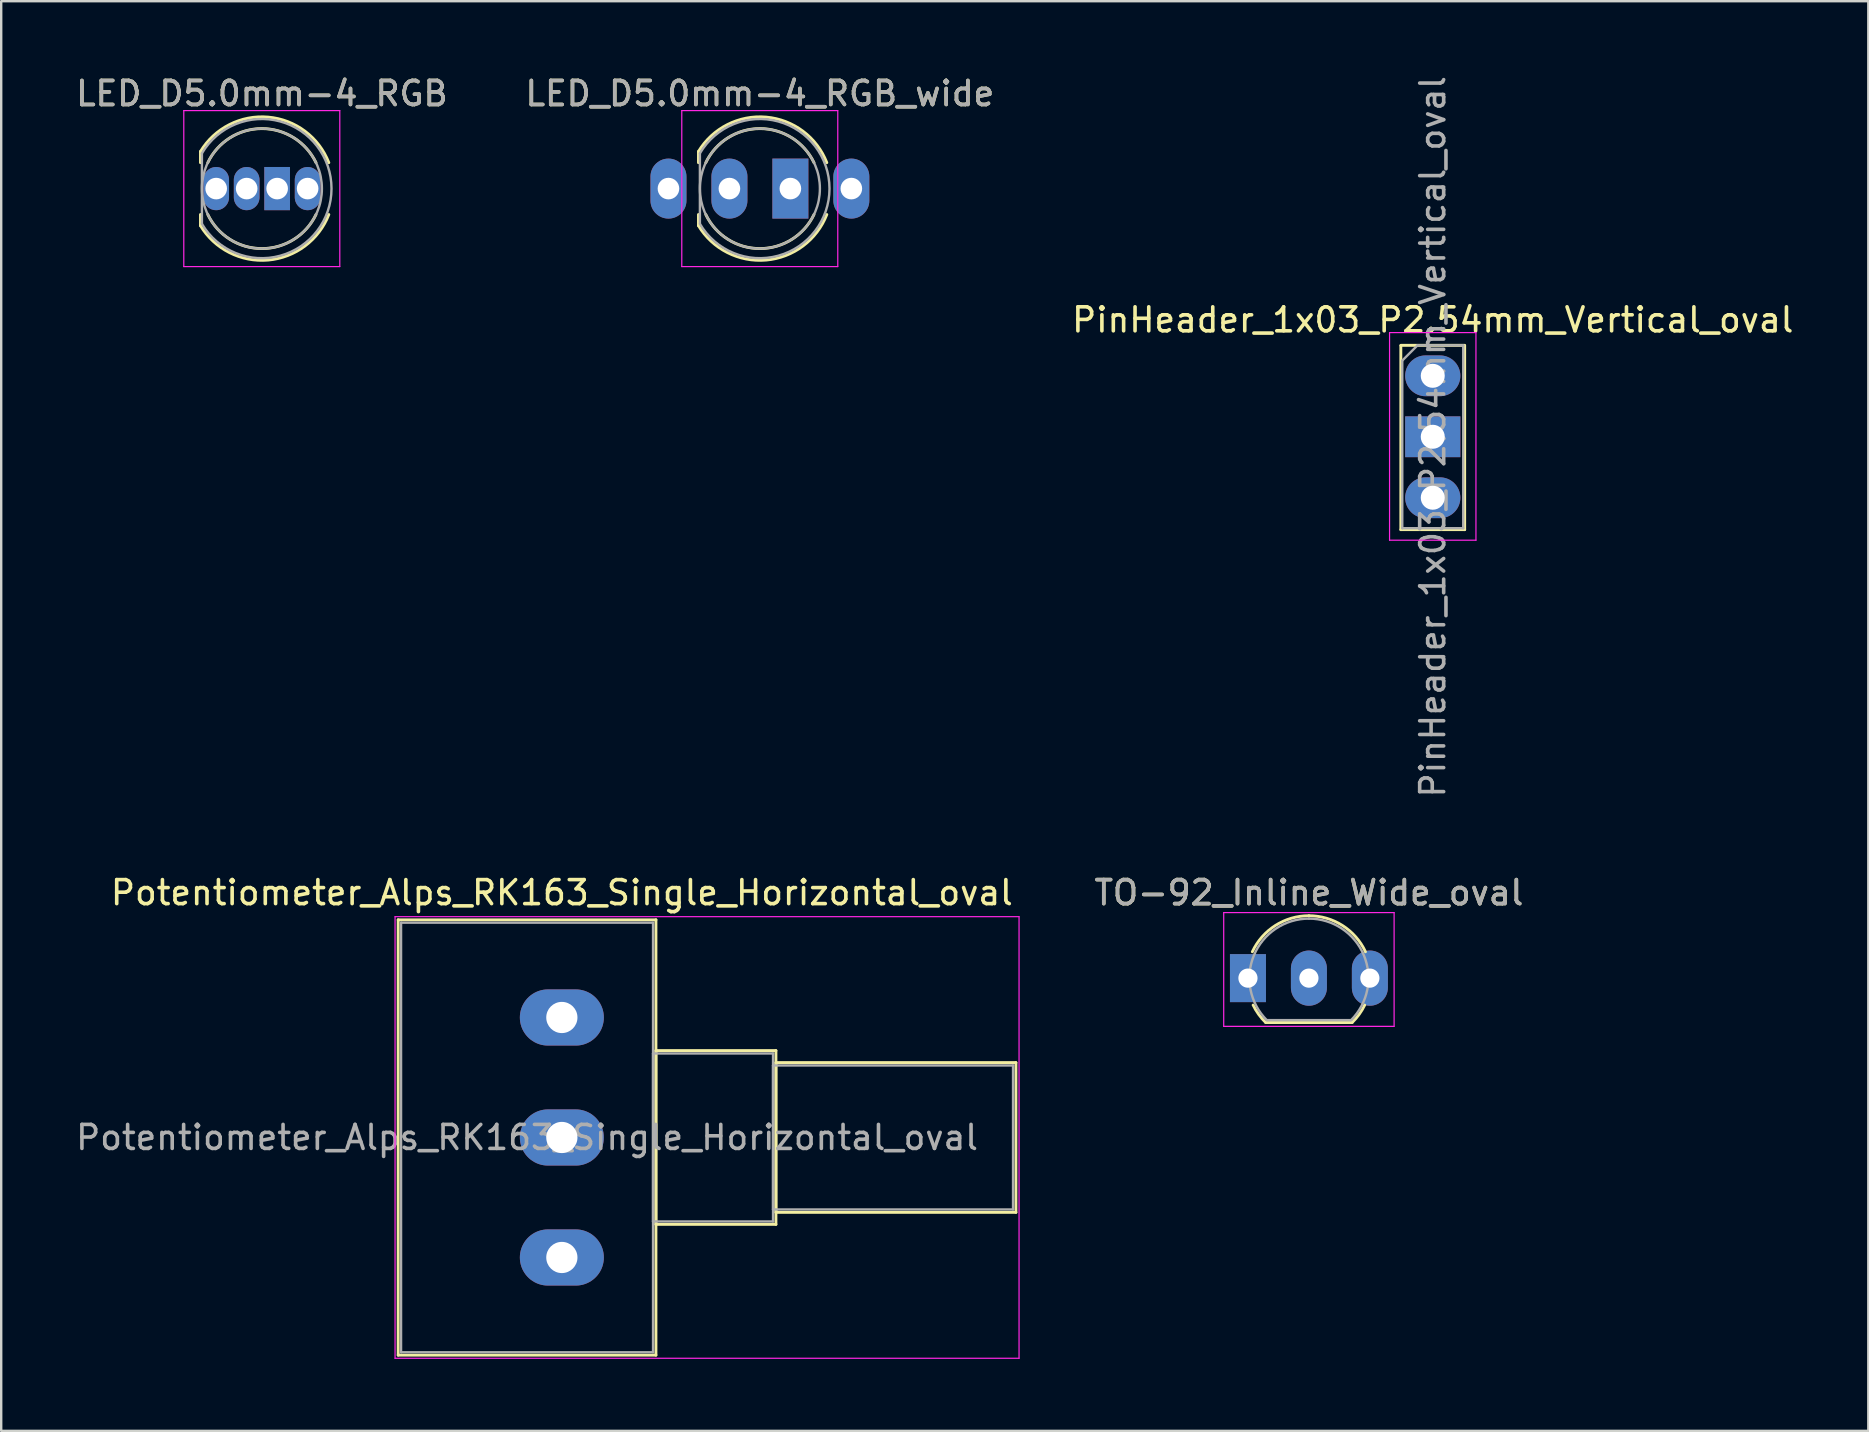
<source format=kicad_pcb>
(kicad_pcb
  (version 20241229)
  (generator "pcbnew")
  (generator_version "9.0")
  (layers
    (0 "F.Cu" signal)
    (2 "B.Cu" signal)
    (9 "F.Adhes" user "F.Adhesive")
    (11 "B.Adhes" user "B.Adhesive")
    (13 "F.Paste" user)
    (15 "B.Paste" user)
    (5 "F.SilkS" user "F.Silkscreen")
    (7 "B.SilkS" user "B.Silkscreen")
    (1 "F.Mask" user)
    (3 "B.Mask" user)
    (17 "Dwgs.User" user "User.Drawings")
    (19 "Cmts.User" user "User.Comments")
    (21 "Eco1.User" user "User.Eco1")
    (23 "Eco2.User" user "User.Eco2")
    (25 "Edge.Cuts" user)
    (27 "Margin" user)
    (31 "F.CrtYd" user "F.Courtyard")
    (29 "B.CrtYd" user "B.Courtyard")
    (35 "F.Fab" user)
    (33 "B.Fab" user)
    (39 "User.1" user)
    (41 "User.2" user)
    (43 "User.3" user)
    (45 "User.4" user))
  (footprint "LED_D5.0mm-4_RGB"
    (layer "F.Cu")
    (at 5.958 4.808)
    (property "Reference" "LED_D5.0mm-4_RGB" (at 1.905 -3.96 0) (layer "F.SilkS") (effects (font (size 1 1) (thickness 0.15))))
    (attr through_hole)
    (fp_line (start -0.655 -1.545) (end -0.655 -1.08) (stroke (width 0.12) (type solid)) (layer "F.SilkS"))
    (fp_line (start -0.655 1.08) (end -0.655 1.545) (stroke (width 0.12) (type solid)) (layer "F.SilkS"))
    (fp_arc (start -0.655 -1.54483) (mid 2.163456 -2.978809) (end 4.692815 -1.080827) (stroke (width 0.12) (type solid)) (layer "F.SilkS"))
    (fp_arc (start -0.349684 -1.08) (mid 1.904762 -2.5) (end 4.159479 -1.080429) (stroke (width 0.12) (type solid)) (layer "F.SilkS"))
    (fp_arc (start 4.159479 1.080429) (mid 1.904762 2.5) (end -0.349684 1.08) (stroke (width 0.12) (type solid)) (layer "F.SilkS"))
    (fp_arc (start 4.692815 1.080827) (mid 2.163456 2.978808) (end -0.655 1.54483) (stroke (width 0.12) (type solid)) (layer "F.SilkS"))
    (fp_line (start -1.35 -3.25) (end -1.35 3.25) (stroke (width 0.05) (type solid)) (layer "F.CrtYd"))
    (fp_line (start -1.35 3.25) (end 5.15 3.25) (stroke (width 0.05) (type solid)) (layer "F.CrtYd"))
    (fp_line (start 5.15 -3.25) (end -1.35 -3.25) (stroke (width 0.05) (type solid)) (layer "F.CrtYd"))
    (fp_line (start 5.15 3.25) (end 5.15 -3.25) (stroke (width 0.05) (type solid)) (layer "F.CrtYd"))
    (fp_line (start -0.595 -1.47) (end -0.595 1.47) (stroke (width 0.1) (type solid)) (layer "F.Fab"))
    (fp_arc (start -0.595 -1.469694) (mid 4.805 0.000016) (end -0.595016 1.469666) (stroke (width 0.1) (type solid)) (layer "F.Fab"))
    (fp_circle (center 1.905 0) (end 4.405 0) (stroke (width 0.1) (type solid)) (fill no) (layer "F.Fab"))
    (fp_text user "${REFERENCE}" (at 1.905 -3.96 0) (layer "F.Fab") (effects (font (size 1 1) (thickness 0.15))))
    (pad "1" thru_hole oval (at 1.27 0) (size 1.07 1.8) (drill 0.9) (layers "*.Cu" "*.Mask"))
    (pad "2" thru_hole oval (at 0 0) (size 1.07 1.8) (drill 0.9) (layers "*.Cu" "*.Mask"))
    (pad "3" thru_hole oval (at 3.81 0) (size 1.07 1.8) (drill 0.9) (layers "*.Cu" "*.Mask"))
    (pad "4" thru_hole rect (at 2.54 0) (size 1.07 1.8) (drill 0.9) (layers "*.Cu" "*.Mask")))
  (footprint "LED_D5.0mm-4_RGB_wide"
    (layer "F.Cu")
    (at 26.708 4.808)
    (property "Reference" "LED_D5.0mm-4_RGB_wide" (at 1.905 -3.96 0) (layer "F.SilkS") (effects (font (size 1 1) (thickness 0.15))))
    (attr through_hole)
    (fp_line (start -0.655 -1.545) (end -0.655 -1.08) (stroke (width 0.12) (type solid)) (layer "F.SilkS"))
    (fp_line (start -0.655 1.08) (end -0.655 1.545) (stroke (width 0.12) (type solid)) (layer "F.SilkS"))
    (fp_arc (start -0.655 -1.54483) (mid 2.163456 -2.978809) (end 4.692815 -1.080827) (stroke (width 0.12) (type solid)) (layer "F.SilkS"))
    (fp_arc (start -0.349684 -1.08) (mid 1.904762 -2.5) (end 4.159479 -1.080429) (stroke (width 0.12) (type solid)) (layer "F.SilkS"))
    (fp_arc (start 4.159479 1.080429) (mid 1.904762 2.5) (end -0.349684 1.08) (stroke (width 0.12) (type solid)) (layer "F.SilkS"))
    (fp_arc (start 4.692815 1.080827) (mid 2.163456 2.978808) (end -0.655 1.54483) (stroke (width 0.12) (type solid)) (layer "F.SilkS"))
    (fp_line (start -1.35 -3.25) (end -1.35 3.25) (stroke (width 0.05) (type solid)) (layer "F.CrtYd"))
    (fp_line (start -1.35 3.25) (end 5.15 3.25) (stroke (width 0.05) (type solid)) (layer "F.CrtYd"))
    (fp_line (start 5.15 -3.25) (end -1.35 -3.25) (stroke (width 0.05) (type solid)) (layer "F.CrtYd"))
    (fp_line (start 5.15 3.25) (end 5.15 -3.25) (stroke (width 0.05) (type solid)) (layer "F.CrtYd"))
    (fp_line (start -0.595 -1.47) (end -0.595 1.47) (stroke (width 0.1) (type solid)) (layer "F.Fab"))
    (fp_arc (start -0.595 -1.469694) (mid 4.805 0.000016) (end -0.595016 1.469666) (stroke (width 0.1) (type solid)) (layer "F.Fab"))
    (fp_circle (center 1.905 0) (end 4.405 0) (stroke (width 0.1) (type solid)) (fill no) (layer "F.Fab"))
    (fp_text user "${REFERENCE}" (at 1.905 -3.96 0) (layer "F.Fab") (effects (font (size 1 1) (thickness 0.15))))
    (pad "1" thru_hole oval (at 0.635 0) (size 1.5 2.5) (drill 0.9) (layers "*.Cu" "*.Mask"))
    (pad "2" thru_hole oval (at -1.905 0) (size 1.5 2.5) (drill 0.9) (layers "*.Cu" "*.Mask"))
    (pad "3" thru_hole oval (at 5.715 0) (size 1.5 2.5) (drill 0.9) (layers "*.Cu" "*.Mask"))
    (pad "4" thru_hole rect (at 3.175 0) (size 1.5 2.5) (drill 0.9) (layers "*.Cu" "*.Mask")))
  (footprint "PinHeader_1x03_P2.54mm_Vertical_oval"
    (layer "F.Cu")
    (at 56.649 12.609)
    (property "Reference" "PinHeader_1x03_P2.54mm_Vertical_oval" (at 0 -2.33 0) (layer "F.SilkS") (effects (font (size 1 1) (thickness 0.15))))
    (attr through_hole)
    (fp_line (start -1.33 -1.27) (end 1.33 -1.27) (stroke (width 0.12) (type solid)) (layer "F.SilkS"))
    (fp_line (start -1.33 -1.25) (end -1.33 6.41) (stroke (width 0.12) (type solid)) (layer "F.SilkS"))
    (fp_line (start -1.33 6.41) (end 1.33 6.41) (stroke (width 0.12) (type solid)) (layer "F.SilkS"))
    (fp_line (start 1.33 -1.25) (end 1.33 6.41) (stroke (width 0.12) (type solid)) (layer "F.SilkS"))
    (fp_line (start -1.8 -1.8) (end -1.8 6.85) (stroke (width 0.05) (type solid)) (layer "F.CrtYd"))
    (fp_line (start -1.8 6.85) (end 1.8 6.85) (stroke (width 0.05) (type solid)) (layer "F.CrtYd"))
    (fp_line (start 1.8 -1.8) (end -1.8 -1.8) (stroke (width 0.05) (type solid)) (layer "F.CrtYd"))
    (fp_line (start 1.8 6.85) (end 1.8 -1.8) (stroke (width 0.05) (type solid)) (layer "F.CrtYd"))
    (fp_line (start -1.27 -0.635) (end -0.635 -1.27) (stroke (width 0.1) (type solid)) (layer "F.Fab"))
    (fp_line (start -1.27 6.35) (end -1.27 -0.635) (stroke (width 0.1) (type solid)) (layer "F.Fab"))
    (fp_line (start -0.635 -1.27) (end 1.27 -1.27) (stroke (width 0.1) (type solid)) (layer "F.Fab"))
    (fp_line (start 1.27 -1.27) (end 1.27 6.35) (stroke (width 0.1) (type solid)) (layer "F.Fab"))
    (fp_line (start 1.27 6.35) (end -1.27 6.35) (stroke (width 0.1) (type solid)) (layer "F.Fab"))
    (fp_text user "${REFERENCE}" (at 0 2.54 90) (layer "F.Fab") (effects (font (size 1 1) (thickness 0.15))))
    (pad "1" thru_hole oval (at 0 0) (size 2.3 1.7) (drill 1) (layers "*.Cu" "*.Mask"))
    (pad "2" thru_hole rect (at 0 2.54) (size 2.3 1.7) (drill 1) (layers "*.Cu" "*.Mask"))
    (pad "3" thru_hole oval (at 0 5.08) (size 2.3 1.7) (drill 1) (layers "*.Cu" "*.Mask")))
  (footprint "Potentiometer_Alps_RK163_Single_Horizontal_oval"
    (layer "F.Cu")
    (at 20.361 49.346)
    (property "Reference" "Potentiometer_Alps_RK163_Single_Horizontal_oval" (at 0 -15.2 0) (layer "F.SilkS") (effects (font (size 1 1) (thickness 0.15))))
    (attr through_hole)
    (fp_line (start -6.82 -14.07) (end -6.82 4.07) (stroke (width 0.12) (type solid)) (layer "F.SilkS"))
    (fp_line (start -6.82 -14.07) (end 3.92 -14.07) (stroke (width 0.12) (type solid)) (layer "F.SilkS"))
    (fp_line (start -6.82 4.07) (end 3.92 4.07) (stroke (width 0.12) (type solid)) (layer "F.SilkS"))
    (fp_line (start 3.92 -14.07) (end 3.92 4.07) (stroke (width 0.12) (type solid)) (layer "F.SilkS"))
    (fp_line (start 3.92 -8.62) (end 3.92 -1.38) (stroke (width 0.12) (type solid)) (layer "F.SilkS"))
    (fp_line (start 3.92 -8.62) (end 8.92 -8.62) (stroke (width 0.12) (type solid)) (layer "F.SilkS"))
    (fp_line (start 3.92 -1.38) (end 8.92 -1.38) (stroke (width 0.12) (type solid)) (layer "F.SilkS"))
    (fp_line (start 8.92 -8.62) (end 8.92 -1.38) (stroke (width 0.12) (type solid)) (layer "F.SilkS"))
    (fp_line (start 8.92 -8.12) (end 8.92 -1.879) (stroke (width 0.12) (type solid)) (layer "F.SilkS"))
    (fp_line (start 8.92 -8.12) (end 18.92 -8.12) (stroke (width 0.12) (type solid)) (layer "F.SilkS"))
    (fp_line (start 8.92 -1.879) (end 18.92 -1.879) (stroke (width 0.12) (type solid)) (layer "F.SilkS"))
    (fp_line (start 18.92 -8.12) (end 18.92 -1.879) (stroke (width 0.12) (type solid)) (layer "F.SilkS"))
    (fp_line (start -6.95 -14.2) (end -6.95 4.2) (stroke (width 0.05) (type solid)) (layer "F.CrtYd"))
    (fp_line (start -6.95 4.2) (end 19.05 4.2) (stroke (width 0.05) (type solid)) (layer "F.CrtYd"))
    (fp_line (start 19.05 -14.2) (end -6.95 -14.2) (stroke (width 0.05) (type solid)) (layer "F.CrtYd"))
    (fp_line (start 19.05 4.2) (end 19.05 -14.2) (stroke (width 0.05) (type solid)) (layer "F.CrtYd"))
    (fp_line (start -6.7 -13.95) (end -6.7 3.95) (stroke (width 0.1) (type solid)) (layer "F.Fab"))
    (fp_line (start -6.7 3.95) (end 3.8 3.95) (stroke (width 0.1) (type solid)) (layer "F.Fab"))
    (fp_line (start 3.8 -13.95) (end -6.7 -13.95) (stroke (width 0.1) (type solid)) (layer "F.Fab"))
    (fp_line (start 3.8 -8.5) (end 3.8 -1.5) (stroke (width 0.1) (type solid)) (layer "F.Fab"))
    (fp_line (start 3.8 -1.5) (end 8.8 -1.5) (stroke (width 0.1) (type solid)) (layer "F.Fab"))
    (fp_line (start 3.8 3.95) (end 3.8 -13.95) (stroke (width 0.1) (type solid)) (layer "F.Fab"))
    (fp_line (start 8.8 -8.5) (end 3.8 -8.5) (stroke (width 0.1) (type solid)) (layer "F.Fab"))
    (fp_line (start 8.8 -8) (end 8.8 -2) (stroke (width 0.1) (type solid)) (layer "F.Fab"))
    (fp_line (start 8.8 -2) (end 18.8 -2) (stroke (width 0.1) (type solid)) (layer "F.Fab"))
    (fp_line (start 8.8 -1.5) (end 8.8 -8.5) (stroke (width 0.1) (type solid)) (layer "F.Fab"))
    (fp_line (start 18.8 -8) (end 8.8 -8) (stroke (width 0.1) (type solid)) (layer "F.Fab"))
    (fp_line (start 18.8 -2) (end 18.8 -8) (stroke (width 0.1) (type solid)) (layer "F.Fab"))
    (fp_text user "${REFERENCE}" (at -1.45 -5 0) (layer "F.Fab") (effects (font (size 1 1) (thickness 0.15))))
    (pad "1" thru_hole oval (at 0 0) (size 3.5 2.34) (drill 1.3) (layers "*.Cu" "*.Mask"))
    (pad "2" thru_hole oval (at 0 -5) (size 3.5 2.34) (drill 1.3) (layers "*.Cu" "*.Mask"))
    (pad "3" thru_hole oval (at 0 -10) (size 3.5 2.34) (drill 1.3) (layers "*.Cu" "*.Mask")))
  (footprint "TO-92_Inline_Wide_oval"
    (layer "F.Cu")
    (at 48.949 37.706)
    (property "Reference" "TO-92_Inline_Wide_oval" (at 2.54 -3.56 0) (layer "F.SilkS") (effects (font (size 1 1) (thickness 0.15))))
    (attr through_hole)
    (fp_line (start 0.74 1.85) (end 4.34 1.85) (stroke (width 0.12) (type solid)) (layer "F.SilkS"))
    (fp_arc (start 0.1836 -1.098807) (mid 1.143021 -2.192817) (end 2.54 -2.6) (stroke (width 0.12) (type solid)) (layer "F.SilkS"))
    (fp_arc (start 0.74 1.85) (mid 0.446097 1.509328) (end 0.215816 1.122795) (stroke (width 0.12) (type solid)) (layer "F.SilkS"))
    (fp_arc (start 2.54 -2.6) (mid 3.936979 -2.192818) (end 4.8964 -1.098807) (stroke (width 0.12) (type solid)) (layer "F.SilkS"))
    (fp_arc (start 4.864184 1.122795) (mid 4.633903 1.509328) (end 4.34 1.85) (stroke (width 0.12) (type solid)) (layer "F.SilkS"))
    (fp_line (start -1.01 -2.73) (end -1.01 2.01) (stroke (width 0.05) (type solid)) (layer "F.CrtYd"))
    (fp_line (start -1.01 -2.73) (end 6.09 -2.73) (stroke (width 0.05) (type solid)) (layer "F.CrtYd"))
    (fp_line (start 6.09 2.01) (end -1.01 2.01) (stroke (width 0.05) (type solid)) (layer "F.CrtYd"))
    (fp_line (start 6.09 2.01) (end 6.09 -2.73) (stroke (width 0.05) (type solid)) (layer "F.CrtYd"))
    (fp_line (start 0.8 1.75) (end 4.3 1.75) (stroke (width 0.1) (type solid)) (layer "F.Fab"))
    (fp_arc (start 0.786375 1.753625) (mid 0.248779 -0.949055) (end 2.54 -2.48) (stroke (width 0.1) (type solid)) (layer "F.Fab"))
    (fp_arc (start 2.54 -2.48) (mid 4.831221 -0.949055) (end 4.293625 1.753625) (stroke (width 0.1) (type solid)) (layer "F.Fab"))
    (fp_text user "${REFERENCE}" (at 2.54 -3.56 0) (layer "F.Fab") (effects (font (size 1 1) (thickness 0.15))))
    (pad "1" thru_hole rect (at 0 0 90) (size 2 1.5) (drill 0.8) (layers "*.Cu" "*.Mask"))
    (pad "2" thru_hole oval (at 2.54 0 90) (size 2.3 1.5) (drill 0.8) (layers "*.Cu" "*.Mask"))
    (pad "3" thru_hole oval (at 5.08 0 90) (size 2.3 1.5) (drill 0.8) (layers "*.Cu" "*.Mask")))
  (gr_rect
    (start -3 -3)
    (end 74.798 56.571)
    (stroke (width 0.1) (type default))
    (fill no)
    (layer "Edge.Cuts")))
</source>
